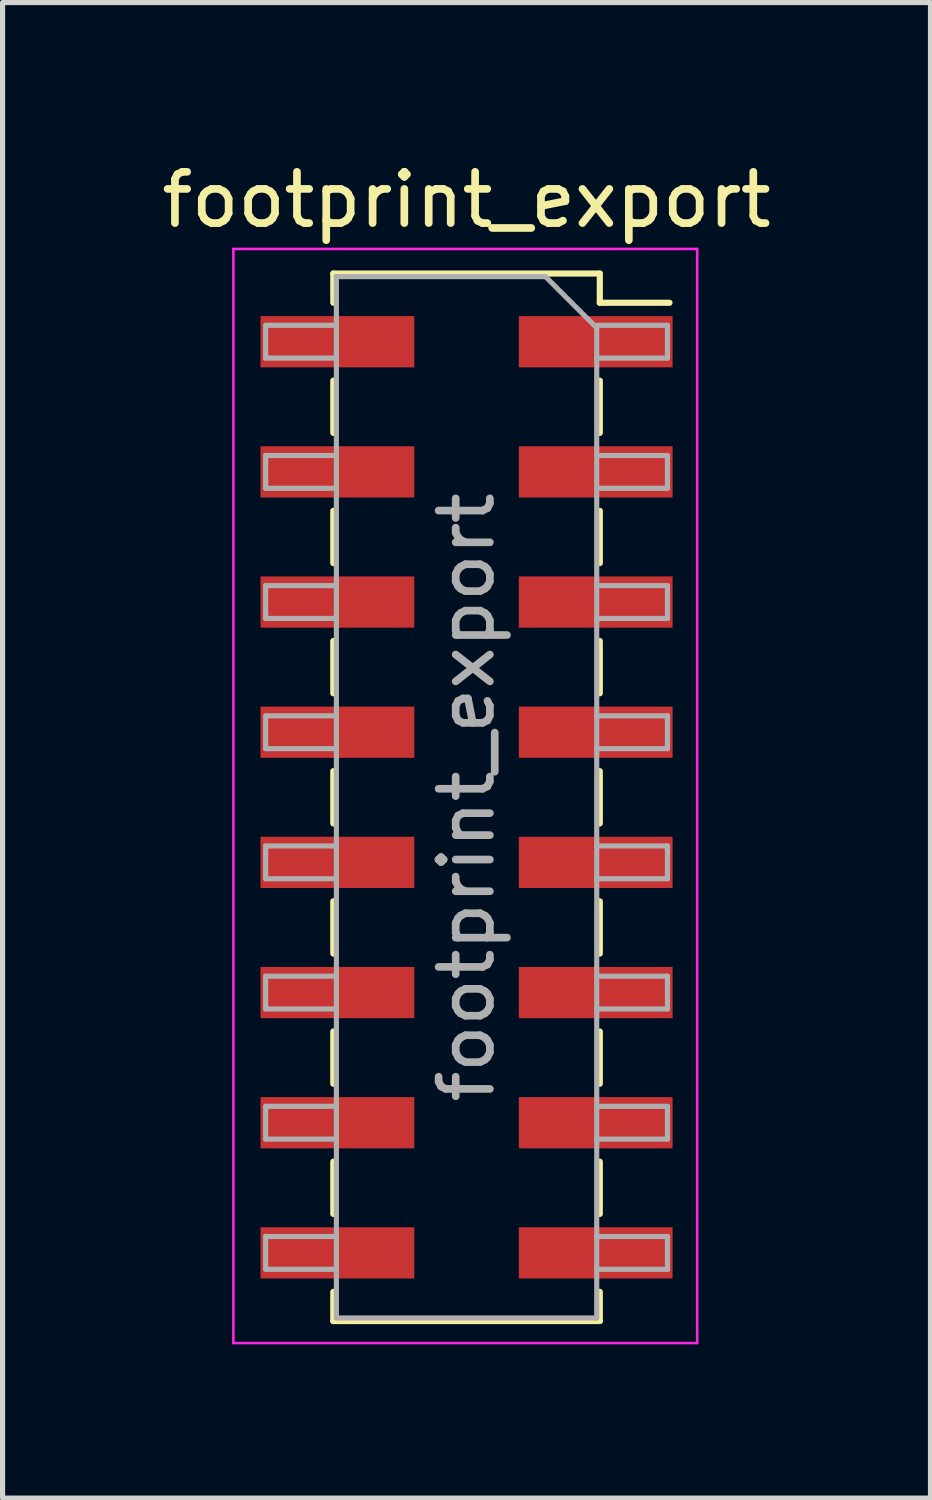
<source format=kicad_pcb>
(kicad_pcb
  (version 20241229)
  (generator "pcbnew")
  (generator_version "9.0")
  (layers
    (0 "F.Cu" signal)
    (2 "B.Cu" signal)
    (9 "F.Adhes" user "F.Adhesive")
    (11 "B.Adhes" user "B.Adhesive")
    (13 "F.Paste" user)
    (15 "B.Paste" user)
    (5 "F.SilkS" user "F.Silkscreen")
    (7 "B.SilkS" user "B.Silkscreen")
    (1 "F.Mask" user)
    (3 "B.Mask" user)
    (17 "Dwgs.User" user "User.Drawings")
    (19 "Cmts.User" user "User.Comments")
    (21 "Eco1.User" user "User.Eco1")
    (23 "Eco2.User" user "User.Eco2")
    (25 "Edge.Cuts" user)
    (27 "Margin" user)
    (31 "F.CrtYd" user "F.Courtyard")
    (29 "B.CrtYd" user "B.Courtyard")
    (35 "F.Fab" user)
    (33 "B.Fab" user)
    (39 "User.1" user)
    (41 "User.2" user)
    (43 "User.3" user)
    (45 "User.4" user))
  (footprint "footprint_export"
    (layer "F.Cu")
    (at 6.054 12.508)
    (property "Reference" "footprint_export" (at 0 -11.66 0) (layer "F.SilkS") (effects (font (size 1 1) (thickness 0.15))))
    (attr smd)
    (fp_line (start -2.6 -10.22) (end -2.6 -9.65) (stroke (width 0.12) (type solid)) (layer "F.SilkS"))
    (fp_line (start -2.6 -10.22) (end 2.6 -10.22) (stroke (width 0.12) (type solid)) (layer "F.SilkS"))
    (fp_line (start -2.6 -8.13) (end -2.6 -7.11) (stroke (width 0.12) (type solid)) (layer "F.SilkS"))
    (fp_line (start -2.6 -5.59) (end -2.6 -4.57) (stroke (width 0.12) (type solid)) (layer "F.SilkS"))
    (fp_line (start -2.6 -3.05) (end -2.6 -2.03) (stroke (width 0.12) (type solid)) (layer "F.SilkS"))
    (fp_line (start -2.6 -0.51) (end -2.6 0.51) (stroke (width 0.12) (type solid)) (layer "F.SilkS"))
    (fp_line (start -2.6 2.03) (end -2.6 3.05) (stroke (width 0.12) (type solid)) (layer "F.SilkS"))
    (fp_line (start -2.6 4.57) (end -2.6 5.59) (stroke (width 0.12) (type solid)) (layer "F.SilkS"))
    (fp_line (start -2.6 7.11) (end -2.6 8.13) (stroke (width 0.12) (type solid)) (layer "F.SilkS"))
    (fp_line (start -2.6 9.65) (end -2.6 10.22) (stroke (width 0.12) (type solid)) (layer "F.SilkS"))
    (fp_line (start -2.6 10.22) (end 2.6 10.22) (stroke (width 0.12) (type solid)) (layer "F.SilkS"))
    (fp_line (start 2.6 -10.22) (end 2.6 -9.65) (stroke (width 0.12) (type solid)) (layer "F.SilkS"))
    (fp_line (start 2.6 -9.65) (end 3.96 -9.65) (stroke (width 0.12) (type solid)) (layer "F.SilkS"))
    (fp_line (start 2.6 -8.13) (end 2.6 -7.11) (stroke (width 0.12) (type solid)) (layer "F.SilkS"))
    (fp_line (start 2.6 -5.59) (end 2.6 -4.57) (stroke (width 0.12) (type solid)) (layer "F.SilkS"))
    (fp_line (start 2.6 -3.05) (end 2.6 -2.03) (stroke (width 0.12) (type solid)) (layer "F.SilkS"))
    (fp_line (start 2.6 -0.51) (end 2.6 0.51) (stroke (width 0.12) (type solid)) (layer "F.SilkS"))
    (fp_line (start 2.6 2.03) (end 2.6 3.05) (stroke (width 0.12) (type solid)) (layer "F.SilkS"))
    (fp_line (start 2.6 4.57) (end 2.6 5.59) (stroke (width 0.12) (type solid)) (layer "F.SilkS"))
    (fp_line (start 2.6 7.11) (end 2.6 8.13) (stroke (width 0.12) (type solid)) (layer "F.SilkS"))
    (fp_line (start 2.6 9.65) (end 2.6 10.22) (stroke (width 0.12) (type solid)) (layer "F.SilkS"))
    (fp_line (start -4.55 -10.7) (end 4.5 -10.7) (stroke (width 0.05) (type solid)) (layer "F.CrtYd"))
    (fp_line (start -4.55 10.65) (end -4.55 -10.7) (stroke (width 0.05) (type solid)) (layer "F.CrtYd"))
    (fp_line (start 4.5 -10.7) (end 4.5 10.65) (stroke (width 0.05) (type solid)) (layer "F.CrtYd"))
    (fp_line (start 4.5 10.65) (end -4.55 10.65) (stroke (width 0.05) (type solid)) (layer "F.CrtYd"))
    (fp_line (start -3.92 -9.21) (end -2.54 -9.21) (stroke (width 0.1) (type solid)) (layer "F.Fab"))
    (fp_line (start -3.92 -8.57) (end -3.92 -9.21) (stroke (width 0.1) (type solid)) (layer "F.Fab"))
    (fp_line (start -3.92 -6.67) (end -2.54 -6.67) (stroke (width 0.1) (type solid)) (layer "F.Fab"))
    (fp_line (start -3.92 -6.03) (end -3.92 -6.67) (stroke (width 0.1) (type solid)) (layer "F.Fab"))
    (fp_line (start -3.92 -4.13) (end -2.54 -4.13) (stroke (width 0.1) (type solid)) (layer "F.Fab"))
    (fp_line (start -3.92 -3.49) (end -3.92 -4.13) (stroke (width 0.1) (type solid)) (layer "F.Fab"))
    (fp_line (start -3.92 -1.59) (end -2.54 -1.59) (stroke (width 0.1) (type solid)) (layer "F.Fab"))
    (fp_line (start -3.92 -0.95) (end -3.92 -1.59) (stroke (width 0.1) (type solid)) (layer "F.Fab"))
    (fp_line (start -3.92 0.95) (end -2.54 0.95) (stroke (width 0.1) (type solid)) (layer "F.Fab"))
    (fp_line (start -3.92 1.59) (end -3.92 0.95) (stroke (width 0.1) (type solid)) (layer "F.Fab"))
    (fp_line (start -3.92 3.49) (end -2.54 3.49) (stroke (width 0.1) (type solid)) (layer "F.Fab"))
    (fp_line (start -3.92 4.13) (end -3.92 3.49) (stroke (width 0.1) (type solid)) (layer "F.Fab"))
    (fp_line (start -3.92 6.03) (end -2.54 6.03) (stroke (width 0.1) (type solid)) (layer "F.Fab"))
    (fp_line (start -3.92 6.67) (end -3.92 6.03) (stroke (width 0.1) (type solid)) (layer "F.Fab"))
    (fp_line (start -3.92 8.57) (end -2.54 8.57) (stroke (width 0.1) (type solid)) (layer "F.Fab"))
    (fp_line (start -3.92 9.21) (end -3.92 8.57) (stroke (width 0.1) (type solid)) (layer "F.Fab"))
    (fp_line (start -2.54 -10.16) (end 1.54 -10.16) (stroke (width 0.1) (type solid)) (layer "F.Fab"))
    (fp_line (start -2.54 -8.57) (end -3.92 -8.57) (stroke (width 0.1) (type solid)) (layer "F.Fab"))
    (fp_line (start -2.54 -6.03) (end -3.92 -6.03) (stroke (width 0.1) (type solid)) (layer "F.Fab"))
    (fp_line (start -2.54 -3.49) (end -3.92 -3.49) (stroke (width 0.1) (type solid)) (layer "F.Fab"))
    (fp_line (start -2.54 -0.95) (end -3.92 -0.95) (stroke (width 0.1) (type solid)) (layer "F.Fab"))
    (fp_line (start -2.54 1.59) (end -3.92 1.59) (stroke (width 0.1) (type solid)) (layer "F.Fab"))
    (fp_line (start -2.54 4.13) (end -3.92 4.13) (stroke (width 0.1) (type solid)) (layer "F.Fab"))
    (fp_line (start -2.54 6.67) (end -3.92 6.67) (stroke (width 0.1) (type solid)) (layer "F.Fab"))
    (fp_line (start -2.54 9.21) (end -3.92 9.21) (stroke (width 0.1) (type solid)) (layer "F.Fab"))
    (fp_line (start -2.54 10.16) (end -2.54 -10.16) (stroke (width 0.1) (type solid)) (layer "F.Fab"))
    (fp_line (start 1.54 -10.16) (end 2.54 -9.16) (stroke (width 0.1) (type solid)) (layer "F.Fab"))
    (fp_line (start 2.54 -9.21) (end 3.92 -9.21) (stroke (width 0.1) (type solid)) (layer "F.Fab"))
    (fp_line (start 2.54 -9.16) (end 2.54 10.16) (stroke (width 0.1) (type solid)) (layer "F.Fab"))
    (fp_line (start 2.54 -6.67) (end 3.92 -6.67) (stroke (width 0.1) (type solid)) (layer "F.Fab"))
    (fp_line (start 2.54 -4.13) (end 3.92 -4.13) (stroke (width 0.1) (type solid)) (layer "F.Fab"))
    (fp_line (start 2.54 -1.59) (end 3.92 -1.59) (stroke (width 0.1) (type solid)) (layer "F.Fab"))
    (fp_line (start 2.54 0.95) (end 3.92 0.95) (stroke (width 0.1) (type solid)) (layer "F.Fab"))
    (fp_line (start 2.54 3.49) (end 3.92 3.49) (stroke (width 0.1) (type solid)) (layer "F.Fab"))
    (fp_line (start 2.54 6.03) (end 3.92 6.03) (stroke (width 0.1) (type solid)) (layer "F.Fab"))
    (fp_line (start 2.54 8.57) (end 3.92 8.57) (stroke (width 0.1) (type solid)) (layer "F.Fab"))
    (fp_line (start 2.54 10.16) (end -2.54 10.16) (stroke (width 0.1) (type solid)) (layer "F.Fab"))
    (fp_line (start 3.92 -9.21) (end 3.92 -8.57) (stroke (width 0.1) (type solid)) (layer "F.Fab"))
    (fp_line (start 3.92 -8.57) (end 2.54 -8.57) (stroke (width 0.1) (type solid)) (layer "F.Fab"))
    (fp_line (start 3.92 -6.67) (end 3.92 -6.03) (stroke (width 0.1) (type solid)) (layer "F.Fab"))
    (fp_line (start 3.92 -6.03) (end 2.54 -6.03) (stroke (width 0.1) (type solid)) (layer "F.Fab"))
    (fp_line (start 3.92 -4.13) (end 3.92 -3.49) (stroke (width 0.1) (type solid)) (layer "F.Fab"))
    (fp_line (start 3.92 -3.49) (end 2.54 -3.49) (stroke (width 0.1) (type solid)) (layer "F.Fab"))
    (fp_line (start 3.92 -1.59) (end 3.92 -0.95) (stroke (width 0.1) (type solid)) (layer "F.Fab"))
    (fp_line (start 3.92 -0.95) (end 2.54 -0.95) (stroke (width 0.1) (type solid)) (layer "F.Fab"))
    (fp_line (start 3.92 0.95) (end 3.92 1.59) (stroke (width 0.1) (type solid)) (layer "F.Fab"))
    (fp_line (start 3.92 1.59) (end 2.54 1.59) (stroke (width 0.1) (type solid)) (layer "F.Fab"))
    (fp_line (start 3.92 3.49) (end 3.92 4.13) (stroke (width 0.1) (type solid)) (layer "F.Fab"))
    (fp_line (start 3.92 4.13) (end 2.54 4.13) (stroke (width 0.1) (type solid)) (layer "F.Fab"))
    (fp_line (start 3.92 6.03) (end 3.92 6.67) (stroke (width 0.1) (type solid)) (layer "F.Fab"))
    (fp_line (start 3.92 6.67) (end 2.54 6.67) (stroke (width 0.1) (type solid)) (layer "F.Fab"))
    (fp_line (start 3.92 8.57) (end 3.92 9.21) (stroke (width 0.1) (type solid)) (layer "F.Fab"))
    (fp_line (start 3.92 9.21) (end 2.54 9.21) (stroke (width 0.1) (type solid)) (layer "F.Fab"))
    (fp_text user "${REFERENCE}" (at 0 0 90) (layer "F.Fab") (effects (font (size 1 1) (thickness 0.15))))
    (pad "1" smd rect (at 2.52 -8.89) (size 3 1) (layers "F.Cu" "F.Mask" "F.Paste"))
    (pad "2" smd rect (at -2.52 -8.89) (size 3 1) (layers "F.Cu" "F.Mask" "F.Paste"))
    (pad "3" smd rect (at 2.52 -6.35) (size 3 1) (layers "F.Cu" "F.Mask" "F.Paste"))
    (pad "4" smd rect (at -2.52 -6.35) (size 3 1) (layers "F.Cu" "F.Mask" "F.Paste"))
    (pad "5" smd rect (at 2.52 -3.81) (size 3 1) (layers "F.Cu" "F.Mask" "F.Paste"))
    (pad "6" smd rect (at -2.52 -3.81) (size 3 1) (layers "F.Cu" "F.Mask" "F.Paste"))
    (pad "7" smd rect (at 2.52 -1.27) (size 3 1) (layers "F.Cu" "F.Mask" "F.Paste"))
    (pad "8" smd rect (at -2.52 -1.27) (size 3 1) (layers "F.Cu" "F.Mask" "F.Paste"))
    (pad "9" smd rect (at 2.52 1.27) (size 3 1) (layers "F.Cu" "F.Mask" "F.Paste"))
    (pad "10" smd rect (at -2.52 1.27) (size 3 1) (layers "F.Cu" "F.Mask" "F.Paste"))
    (pad "11" smd rect (at 2.52 3.81) (size 3 1) (layers "F.Cu" "F.Mask" "F.Paste"))
    (pad "12" smd rect (at -2.52 3.81) (size 3 1) (layers "F.Cu" "F.Mask" "F.Paste"))
    (pad "13" smd rect (at 2.52 6.35) (size 3 1) (layers "F.Cu" "F.Mask" "F.Paste"))
    (pad "14" smd rect (at -2.52 6.35) (size 3 1) (layers "F.Cu" "F.Mask" "F.Paste"))
    (pad "15" smd rect (at 2.52 8.89) (size 3 1) (layers "F.Cu" "F.Mask" "F.Paste"))
    (pad "16" smd rect (at -2.52 8.89) (size 3 1) (layers "F.Cu" "F.Mask" "F.Paste")))
  (gr_rect
    (start -3 -3)
    (end 15.107 26.183)
    (stroke (width 0.1) (type default))
    (fill no)
    (layer "Edge.Cuts")))
</source>
